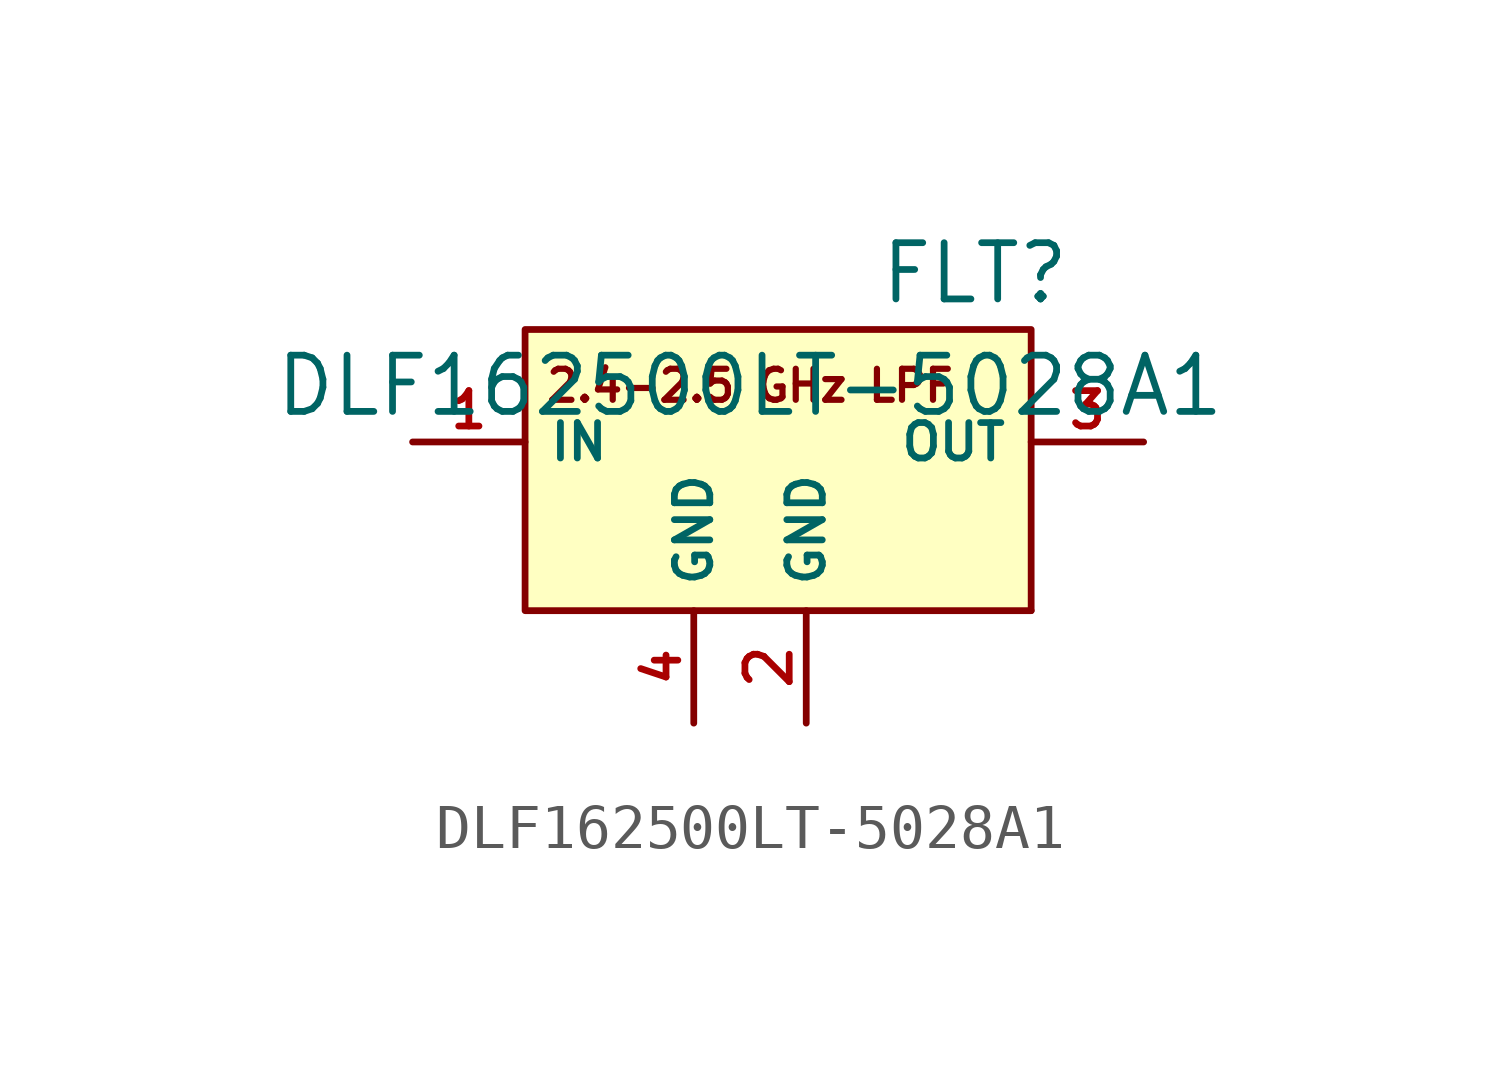
<source format=kicad_sym>
(kicad_symbol_lib
  (version 20220914)
  (generator kicad_symbol_editor)
  (symbol "DLF162500LT-5028A1"
    (property "Reference" "FLT"
      (at 5.08 3.81 0)
      (effects (font (size 1.27 1.27))))
    (property "Value" "DLF162500LT-5028A1"
      (at 0 1.27 0)
      (effects (font (size 1.27 1.27))))
    (symbol "DLF162500LT-5028A1_0_1"
      (rectangle (start 6.35 -3.81) (end 6.35 -3.81) (stroke (width 0) (type default)) (fill (type none))))
    (symbol "DLF162500LT-5028A1_1_0"
      (pin passive line (at -7.62 0 0) (length 2.54) (name "IN" (effects (font (size 0.8 0.8)))) (number "1" (effects (font (size 0.8 0.8)))))
      (pin passive line (at 1.27 -6.35 90) (length 2.54) (name "GND" (effects (font (size 0.8 0.8)))) (number "2" (effects (font (size 1 1)))))
      (pin passive line (at 8.89 0 180) (length 2.54) (name "OUT" (effects (font (size 0.8 0.8)))) (number "3" (effects (font (size 0.8 0.8)))))
      (pin passive line (at -1.27 -6.35 90) (length 2.54) (name "GND" (effects (font (size 0.8 0.8)))) (number "4" (effects (font (size 0.8 0.8))))))
    (symbol "DLF162500LT-5028A1_1_1"
      (rectangle (start -5.08 2.54) (end 6.35 -3.81) (stroke (width 0) (type default)) (fill (type background)))
      (text "2.4-2.5 GHz LPF" (at 0 1.27 0) (effects (font (face "KiCad Font") (size 0.7 0.7) bold))))))
</source>
